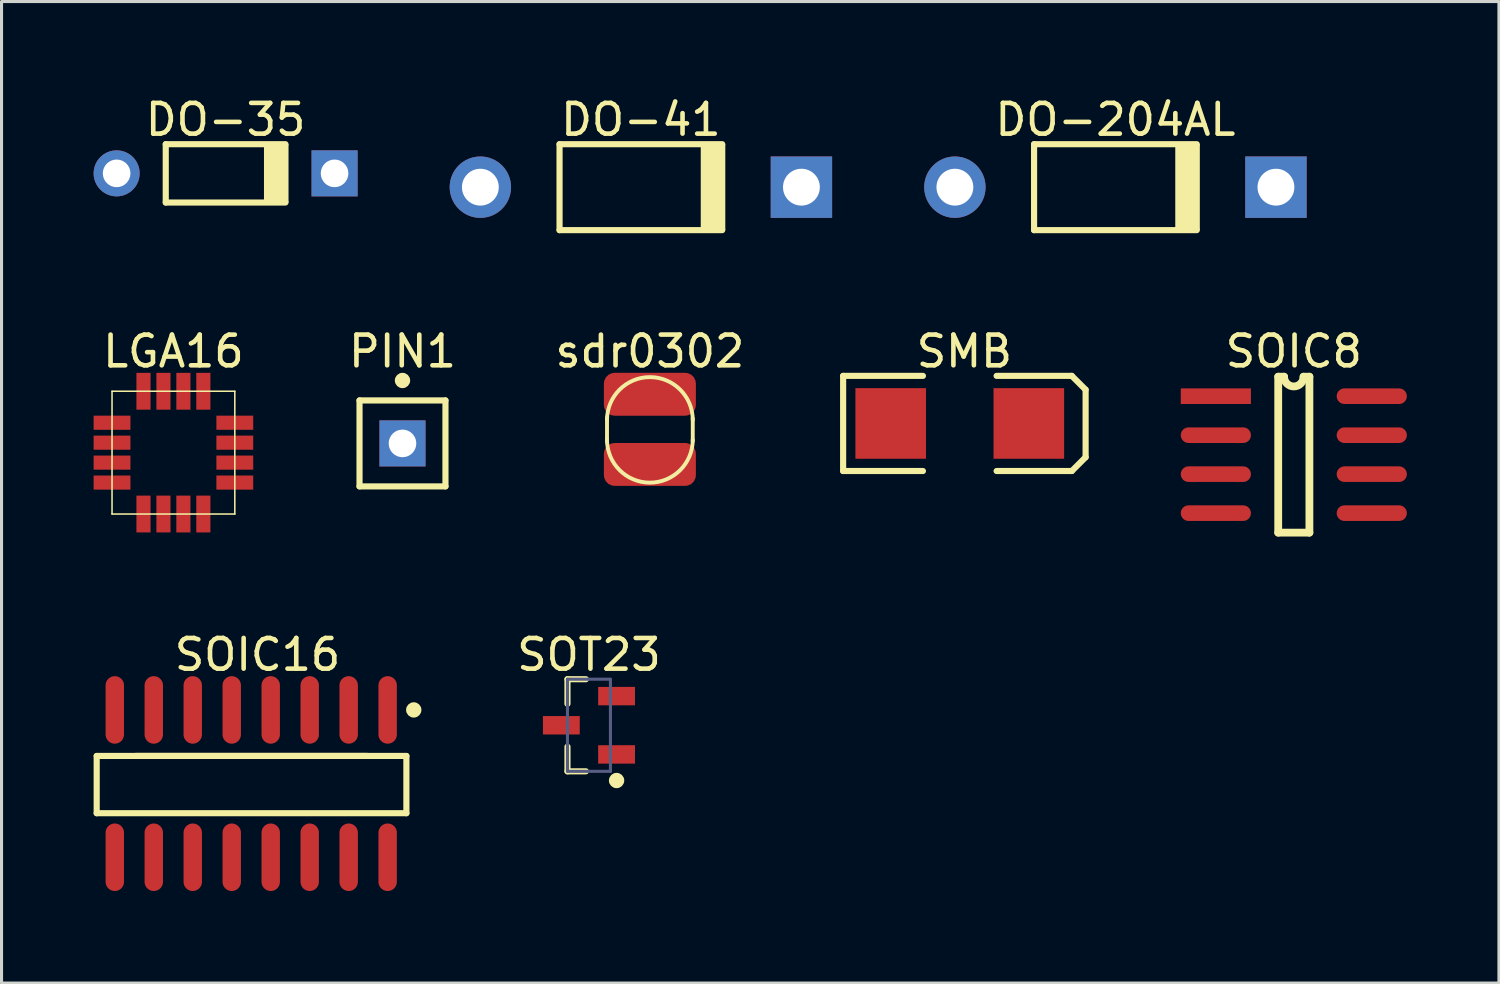
<source format=kicad_pcb>
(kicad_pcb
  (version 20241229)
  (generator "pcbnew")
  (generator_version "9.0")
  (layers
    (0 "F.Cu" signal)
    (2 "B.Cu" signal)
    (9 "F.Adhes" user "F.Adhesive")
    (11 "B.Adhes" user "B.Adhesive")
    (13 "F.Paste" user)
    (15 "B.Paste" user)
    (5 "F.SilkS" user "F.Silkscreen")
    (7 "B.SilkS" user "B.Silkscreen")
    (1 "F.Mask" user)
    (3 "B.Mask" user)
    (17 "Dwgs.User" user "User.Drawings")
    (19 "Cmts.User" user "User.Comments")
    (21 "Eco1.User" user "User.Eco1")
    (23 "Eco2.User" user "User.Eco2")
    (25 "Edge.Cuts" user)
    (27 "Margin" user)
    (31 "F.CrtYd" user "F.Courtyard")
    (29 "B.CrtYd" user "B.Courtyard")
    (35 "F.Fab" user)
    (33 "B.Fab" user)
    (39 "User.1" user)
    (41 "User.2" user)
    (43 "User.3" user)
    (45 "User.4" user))
  (footprint "SMB"
    (layer "F.Cu")
    (at 28.219 10.746)
    (property "Reference" "SMB" (at 0.15 -2.35 0) (layer "F.SilkS") (effects (font (size 1 1) (thickness 0.15))))
    (fp_line (start -3.8 -1.55) (end -1.2 -1.55) (stroke (width 0.2) (type solid)) (layer "F.SilkS"))
    (fp_line (start -3.8 1.55) (end -3.8 -1.55) (stroke (width 0.2) (type solid)) (layer "F.SilkS"))
    (fp_line (start -3.8 1.55) (end -1.2 1.55) (stroke (width 0.2) (type solid)) (layer "F.SilkS"))
    (fp_line (start 1.2 -1.55) (end 3.65 -1.55) (stroke (width 0.2) (type solid)) (layer "F.SilkS"))
    (fp_line (start 1.2 1.55) (end 3.65 1.55) (stroke (width 0.2) (type solid)) (layer "F.SilkS"))
    (fp_line (start 3.65 -1.55) (end 4.1 -1.1) (stroke (width 0.2) (type solid)) (layer "F.SilkS"))
    (fp_line (start 3.65 1.55) (end 4.1 1.1) (stroke (width 0.2) (type solid)) (layer "F.SilkS"))
    (fp_line (start 4.1 1.1) (end 4.1 -1.1) (stroke (width 0.2) (type solid)) (layer "F.SilkS"))
    (fp_line (start -0.2 0) (end 0.2 0) (stroke (width 0.1) (type solid)) (layer "User.1"))
    (fp_line (start 0 0.2) (end 0 -0.2) (stroke (width 0.1) (type solid)) (layer "User.1"))
    (pad "1" smd rect (at -2.25 0) (size 2.3 2.3) (layers "F.Cu" "F.Mask" "F.Paste"))
    (pad "2" smd rect (at 2.25 0) (size 2.3 2.3) (layers "F.Cu" "F.Mask" "F.Paste")))
  (footprint "PIN1"
    (layer "F.Cu")
    (at 10.063 11.396)
    (property "Reference" "PIN1" (at 0 -3 0) (layer "F.SilkS") (effects (font (size 1 1) (thickness 0.15))))
    (fp_line (start -1.4 -1.4) (end 1.4 -1.4) (stroke (width 0.2) (type solid)) (layer "F.SilkS"))
    (fp_line (start -1.4 1.4) (end -1.4 -1.4) (stroke (width 0.2) (type solid)) (layer "F.SilkS"))
    (fp_line (start -1.4 1.4) (end 1.4 1.4) (stroke (width 0.2) (type solid)) (layer "F.SilkS"))
    (fp_line (start 1.4 1.4) (end 1.4 -1.4) (stroke (width 0.2) (type solid)) (layer "F.SilkS"))
    (fp_circle (center 0 -2.05) (end 0 -2.175) (stroke (width 0.25) (type solid)) (fill no) (layer "F.SilkS"))
    (pad "1" thru_hole rect (at 0 0) (size 1.5 1.5) (drill 0.9) (layers "*.Cu" "*.Mask")))
  (footprint "DO-204AL"
    (layer "F.Cu")
    (at 33.29 3.048)
    (property "Reference" "DO-204AL" (at 0 -2.2 0) (layer "F.SilkS") (effects (font (size 1 1) (thickness 0.15))))
    (fp_line (start -2.65 -1.4) (end 2.65 -1.4) (stroke (width 0.2) (type solid)) (layer "F.SilkS"))
    (fp_line (start -2.65 1.4) (end -2.65 -1.4) (stroke (width 0.2) (type solid)) (layer "F.SilkS"))
    (fp_line (start -2.65 1.4) (end 2.65 1.4) (stroke (width 0.2) (type solid)) (layer "F.SilkS"))
    (fp_rect (start 1.95 1.4) (end 2.75 -1.4) (stroke (width 0) (type default)) (fill yes) (layer "F.SilkS"))
    (pad "1" thru_hole circle (at -5.23 0) (size 2 2) (drill 1.2) (layers "*.Cu" "*.Mask"))
    (pad "2" thru_hole rect (at 5.23 0) (size 2 2) (drill 1.2) (layers "*.Cu" "*.Mask")))
  (footprint "SOIC8"
    (layer "F.Cu")
    (at 36.562 9.858)
    (property "Reference" "SOIC8" (at 2.54 -1.462 0) (layer "F.SilkS") (effects (font (size 1 1) (thickness 0.15))))
    (fp_line (start 2.032 -0.635) (end 2.223 -0.635) (stroke (width 0.254) (type solid)) (layer "F.SilkS"))
    (fp_line (start 2.032 4.445) (end 2.032 -0.635) (stroke (width 0.254) (type solid)) (layer "F.SilkS"))
    (fp_line (start 2.032 4.445) (end 3.048 4.445) (stroke (width 0.254) (type solid)) (layer "F.SilkS"))
    (fp_line (start 2.857 -0.635) (end 3.048 -0.635) (stroke (width 0.254) (type solid)) (layer "F.SilkS"))
    (fp_line (start 3.048 4.445) (end 3.048 -0.635) (stroke (width 0.254) (type solid)) (layer "F.SilkS"))
    (fp_arc (start 2.8575 -0.635) (mid 2.54 -0.3175) (end 2.2225 -0.635) (stroke (width 0.254) (type solid)) (layer "F.SilkS"))
    (pad "1" smd rect (at 0 0) (size 2.286 0.508) (layers "F.Cu" "F.Mask" "F.Paste"))
    (pad "2" smd oval (at 0 1.27) (size 2.286 0.508) (layers "F.Cu" "F.Mask" "F.Paste"))
    (pad "3" smd oval (at 0 2.54) (size 2.286 0.508) (layers "F.Cu" "F.Mask" "F.Paste"))
    (pad "4" smd oval (at 0 3.81) (size 2.286 0.508) (layers "F.Cu" "F.Mask" "F.Paste"))
    (pad "5" smd oval (at 5.08 3.81) (size 2.286 0.508) (layers "F.Cu" "F.Mask" "F.Paste"))
    (pad "6" smd oval (at 5.08 2.54) (size 2.286 0.508) (layers "F.Cu" "F.Mask" "F.Paste"))
    (pad "7" smd oval (at 5.08 1.27) (size 2.286 0.508) (layers "F.Cu" "F.Mask" "F.Paste"))
    (pad "8" smd oval (at 5.08 0) (size 2.286 0.508) (layers "F.Cu" "F.Mask" "F.Paste")))
  (footprint "SOIC16"
    (layer "F.Cu")
    (at 4.475 22.555)
    (property "Reference" "SOIC16" (at 0.865 -4.276 0) (layer "F.SilkS") (effects (font (size 1 1) (thickness 0.15))))
    (fp_line (start -4.375 -0.976) (end 4.445 -0.976) (stroke (width 0.2) (type solid)) (layer "F.SilkS"))
    (fp_line (start -4.375 0.889) (end -4.375 -0.976) (stroke (width 0.2) (type solid)) (layer "F.SilkS"))
    (fp_line (start -4.375 0.889) (end 5.715 0.889) (stroke (width 0.2) (type solid)) (layer "F.SilkS"))
    (fp_line (start -3.105 -0.976) (end 5.715 -0.976) (stroke (width 0.2) (type solid)) (layer "F.SilkS"))
    (fp_line (start 5.715 0.889) (end 5.715 -0.976) (stroke (width 0.2) (type solid)) (layer "F.SilkS"))
    (fp_circle (center 5.955 -2.476) (end 5.955 -2.601) (stroke (width 0.25) (type solid)) (fill no) (layer "F.SilkS"))
    (fp_line (start -0.475 -0.076) (end 0.525 -0.076) (stroke (width 0.1) (type solid)) (layer "Eco2.User"))
    (fp_line (start 0.025 0.424) (end 0.025 -0.576) (stroke (width 0.1) (type solid)) (layer "Eco2.User"))
    (pad "1" smd oval (at 5.105 -2.476) (size 0.6 2.2) (layers "F.Cu" "F.Mask" "F.Paste"))
    (pad "2" smd oval (at 3.835 -2.476) (size 0.6 2.2) (layers "F.Cu" "F.Mask" "F.Paste"))
    (pad "3" smd oval (at 2.565 -2.476) (size 0.6 2.2) (layers "F.Cu" "F.Mask" "F.Paste"))
    (pad "4" smd oval (at 1.295 -2.476) (size 0.6 2.2) (layers "F.Cu" "F.Mask" "F.Paste"))
    (pad "5" smd oval (at 0.025 -2.476) (size 0.6 2.2) (layers "F.Cu" "F.Mask" "F.Paste"))
    (pad "6" smd oval (at -1.245 -2.476) (size 0.6 2.2) (layers "F.Cu" "F.Mask" "F.Paste"))
    (pad "7" smd oval (at -2.515 -2.476) (size 0.6 2.2) (layers "F.Cu" "F.Mask" "F.Paste"))
    (pad "8" smd oval (at -3.785 -2.476) (size 0.6 2.2) (layers "F.Cu" "F.Mask" "F.Paste"))
    (pad "9" smd oval (at -3.785 2.324) (size 0.6 2.2) (layers "F.Cu" "F.Mask" "F.Paste"))
    (pad "10" smd oval (at -2.515 2.324) (size 0.6 2.2) (layers "F.Cu" "F.Mask" "F.Paste"))
    (pad "11" smd oval (at -1.245 2.324) (size 0.6 2.2) (layers "F.Cu" "F.Mask" "F.Paste"))
    (pad "12" smd oval (at 0.025 2.324) (size 0.6 2.2) (layers "F.Cu" "F.Mask" "F.Paste"))
    (pad "13" smd oval (at 1.295 2.324) (size 0.6 2.2) (layers "F.Cu" "F.Mask" "F.Paste"))
    (pad "14" smd oval (at 2.565 2.324) (size 0.6 2.2) (layers "F.Cu" "F.Mask" "F.Paste"))
    (pad "15" smd oval (at 3.835 2.324) (size 0.6 2.2) (layers "F.Cu" "F.Mask" "F.Paste"))
    (pad "16" smd oval (at 5.105 2.324) (size 0.6 2.2) (layers "F.Cu" "F.Mask" "F.Paste")))
  (footprint "SOT23"
    (layer "F.Cu")
    (at 15.276 20.506)
    (property "Reference" "SOT23" (at 0.862 -2.227 0) (layer "F.SilkS") (effects (font (size 1 1) (thickness 0.15))))
    (fp_line (start 0.162 -1.427) (end 0.762 -1.427) (stroke (width 0.2) (type solid)) (layer "F.SilkS"))
    (fp_line (start 0.162 -0.627) (end 0.162 -1.427) (stroke (width 0.2) (type solid)) (layer "F.SilkS"))
    (fp_line (start 0.162 1.573) (end 0.162 0.773) (stroke (width 0.2) (type solid)) (layer "F.SilkS"))
    (fp_line (start 0.162 1.573) (end 0.762 1.573) (stroke (width 0.2) (type solid)) (layer "F.SilkS"))
    (fp_circle (center 1.762 1.873) (end 1.762 1.748) (stroke (width 0.25) (type solid)) (fill no) (layer "F.SilkS"))
    (fp_line (start -0.738 -1.527) (end 2.462 -1.527) (stroke (width 0.1) (type solid)) (layer "Eco2.User"))
    (fp_line (start -0.738 1.673) (end -0.738 -1.527) (stroke (width 0.1) (type solid)) (layer "Eco2.User"))
    (fp_line (start -0.738 1.673) (end 2.462 1.673) (stroke (width 0.1) (type solid)) (layer "Eco2.User"))
    (fp_line (start 0.362 0.073) (end 1.362 0.073) (stroke (width 0.1) (type solid)) (layer "Eco2.User"))
    (fp_line (start 0.862 0.573) (end 0.862 -0.427) (stroke (width 0.1) (type solid)) (layer "Eco2.User"))
    (fp_line (start 2.462 1.673) (end 2.462 -1.527) (stroke (width 0.1) (type solid)) (layer "Eco2.User"))
    (fp_line (start 0.162 -1.427) (end 1.562 -1.427) (stroke (width 0.1) (type solid)) (layer "B.Fab"))
    (fp_line (start 0.162 1.573) (end 0.162 -1.427) (stroke (width 0.1) (type solid)) (layer "B.Fab"))
    (fp_line (start 0.162 1.573) (end 1.562 1.573) (stroke (width 0.1) (type solid)) (layer "B.Fab"))
    (fp_line (start 1.562 1.573) (end 1.562 -1.427) (stroke (width 0.1) (type solid)) (layer "B.Fab"))
    (pad "1" smd rect (at 1.762 -0.877 270) (size 0.6 1.2) (layers "F.Cu" "F.Mask" "F.Paste"))
    (pad "2" smd rect (at 1.762 1.023 270) (size 0.6 1.2) (layers "F.Cu" "F.Mask" "F.Paste"))
    (pad "3" smd rect (at -0.038 0.073 270) (size 0.6 1.2) (layers "F.Cu" "F.Mask" "F.Paste")))
  (footprint "DO-41"
    (layer "F.Cu")
    (at 17.83 3.048)
    (property "Reference" "DO-41" (at 0 -2.2 0) (layer "F.SilkS") (effects (font (size 1 1) (thickness 0.15))))
    (fp_line (start -2.65 -1.4) (end 2.65 -1.4) (stroke (width 0.2) (type solid)) (layer "F.SilkS"))
    (fp_line (start -2.65 1.4) (end -2.65 -1.4) (stroke (width 0.2) (type solid)) (layer "F.SilkS"))
    (fp_line (start -2.65 1.4) (end 2.65 1.4) (stroke (width 0.2) (type solid)) (layer "F.SilkS"))
    (fp_rect (start 1.95 1.4) (end 2.75 -1.4) (stroke (width 0) (type default)) (fill yes) (layer "F.SilkS"))
    (pad "1" thru_hole circle (at -5.23 0) (size 2 2) (drill 1.2) (layers "*.Cu" "*.Mask"))
    (pad "2" thru_hole rect (at 5.23 0) (size 2 2) (drill 1.2) (layers "*.Cu" "*.Mask")))
  (footprint "DO-35"
    (layer "F.Cu")
    (at 4.3 2.598)
    (property "Reference" "DO-35" (at 0 -1.75 0) (layer "F.SilkS") (effects (font (size 1 1) (thickness 0.15))))
    (fp_line (start -1.95 -0.95) (end 1.95 -0.95) (stroke (width 0.2) (type solid)) (layer "F.SilkS"))
    (fp_line (start -1.95 0.95) (end -1.95 -0.95) (stroke (width 0.2) (type solid)) (layer "F.SilkS"))
    (fp_line (start -1.95 0.95) (end 1.95 0.95) (stroke (width 0.2) (type solid)) (layer "F.SilkS"))
    (fp_rect (start 1.25 0.95) (end 2.05 -0.95) (stroke (width 0) (type default)) (fill yes) (layer "F.SilkS"))
    (pad "1" thru_hole circle (at -3.55 0) (size 1.5 1.5) (drill 0.9) (layers "*.Cu" "*.Mask"))
    (pad "2" thru_hole rect (at 3.55 0) (size 1.5 1.5) (drill 0.9) (layers "*.Cu" "*.Mask")))
  (footprint "sdr0302"
    (layer "F.Cu")
    (at 18.123 10.938)
    (property "Reference" "sdr0302" (at 0 -2.542 0) (layer "F.SilkS") (effects (font (size 1 1) (thickness 0.15))))
    (fp_line (start -1.397 0.406) (end -1.397 -0.381) (stroke (width 0.127) (type solid)) (layer "F.SilkS"))
    (fp_line (start 1.397 0.381) (end 1.397 -0.356) (stroke (width 0.127) (type solid)) (layer "F.SilkS"))
    (fp_arc (start -1.397 -0.3048) (mid 0 -1.7018) (end 1.397 -0.3048) (stroke (width 0.127) (type solid)) (layer "F.SilkS"))
    (fp_arc (start 1.397 0.34) (mid 0 1.737) (end -1.397 0.34) (stroke (width 0.127) (type solid)) (layer "F.SilkS"))
    (pad "1" smd roundrect (at 0 1.143 180) (size 2.997 1.397) (layers "F.Cu" "F.Mask" "F.Paste") (roundrect_rratio 0.25))
    (pad "2" smd roundrect (at 0 -1.143 180) (size 2.997 1.397) (layers "F.Cu" "F.Mask" "F.Paste") (roundrect_rratio 0.25)))
  (footprint "LGA16"
    (layer "F.Cu")
    (at 2.6 11.697)
    (property "Reference" "LGA16" (at 0 -3.3 0) (layer "F.SilkS") (effects (font (size 1 1) (thickness 0.15))))
    (fp_line (start -2 -2) (end 2 -2) (stroke (width 0.05) (type solid)) (layer "F.SilkS"))
    (fp_line (start -2 2) (end -2 -2) (stroke (width 0.05) (type solid)) (layer "F.SilkS"))
    (fp_line (start -2 2) (end 2 2) (stroke (width 0.05) (type solid)) (layer "F.SilkS"))
    (fp_line (start 2 2) (end 2 -2) (stroke (width 0.05) (type solid)) (layer "F.SilkS"))
    (pad "1" smd rect (at -2 -0.975) (size 1.2 0.46) (layers "F.Cu" "F.Mask" "F.Paste"))
    (pad "2" smd rect (at -2 -0.325) (size 1.2 0.46) (layers "F.Cu" "F.Mask" "F.Paste"))
    (pad "3" smd rect (at -2 0.325) (size 1.2 0.46) (layers "F.Cu" "F.Mask" "F.Paste"))
    (pad "4" smd rect (at -2 0.975) (size 1.2 0.46) (layers "F.Cu" "F.Mask" "F.Paste"))
    (pad "5" smd rect (at -0.975 2 90) (size 1.2 0.46) (layers "F.Cu" "F.Mask" "F.Paste"))
    (pad "6" smd rect (at -0.325 2 90) (size 1.2 0.46) (layers "F.Cu" "F.Mask" "F.Paste"))
    (pad "7" smd rect (at 0.325 2 90) (size 1.2 0.46) (layers "F.Cu" "F.Mask" "F.Paste"))
    (pad "8" smd rect (at 0.975 2 90) (size 1.2 0.46) (layers "F.Cu" "F.Mask" "F.Paste"))
    (pad "9" smd rect (at 2 0.975 180) (size 1.2 0.46) (layers "F.Cu" "F.Mask" "F.Paste"))
    (pad "10" smd rect (at 2 0.325 180) (size 1.2 0.46) (layers "F.Cu" "F.Mask" "F.Paste"))
    (pad "11" smd rect (at 2 -0.325 180) (size 1.2 0.46) (layers "F.Cu" "F.Mask" "F.Paste"))
    (pad "12" smd rect (at 2 -0.975 180) (size 1.2 0.46) (layers "F.Cu" "F.Mask" "F.Paste"))
    (pad "13" smd rect (at 0.975 -2 270) (size 1.2 0.46) (layers "F.Cu" "F.Mask" "F.Paste"))
    (pad "14" smd rect (at 0.325 -2 270) (size 1.2 0.46) (layers "F.Cu" "F.Mask" "F.Paste"))
    (pad "15" smd rect (at -0.325 -2 270) (size 1.2 0.46) (layers "F.Cu" "F.Mask" "F.Paste"))
    (pad "16" smd rect (at -0.975 -2 270) (size 1.2 0.46) (layers "F.Cu" "F.Mask" "F.Paste")))
  (gr_rect
    (start -3 -3)
    (end 45.785 28.979)
    (stroke (width 0.1) (type default))
    (fill no)
    (layer "Edge.Cuts")))
</source>
